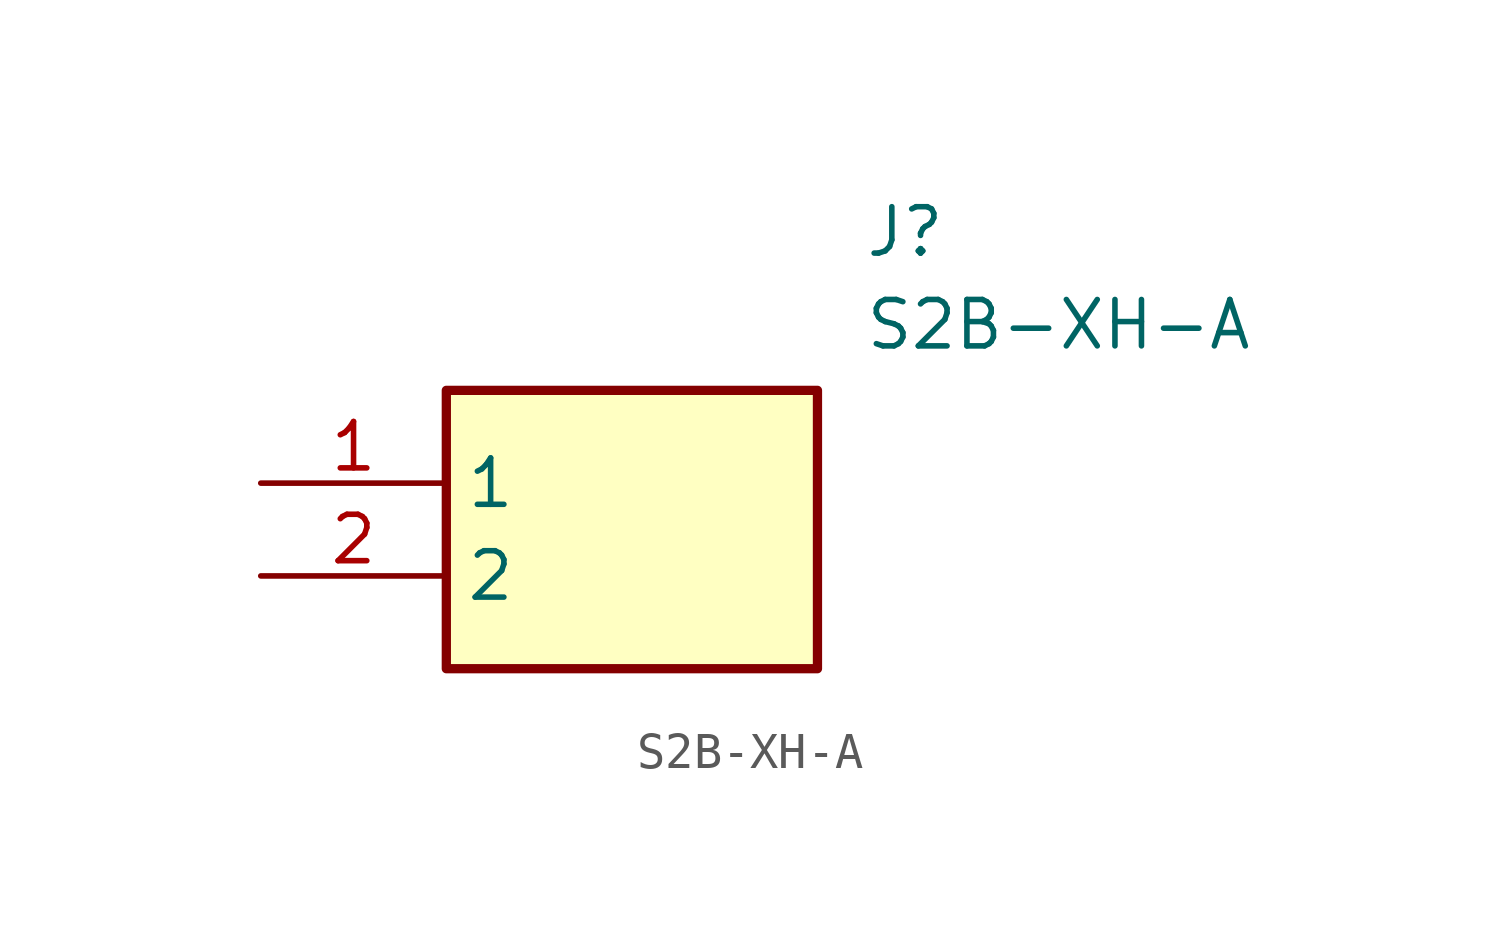
<source format=kicad_sym>
(kicad_symbol_lib
  (version 20211014)
  (generator SamacSys_ECAD_Model)
  (symbol "S2B-XH-A"
    (property "Reference" "J"
      (at 16.51 7.62 0)
      (effects (font (size 1.27 1.27)) (justify left top)))
    (property "Value" "S2B-XH-A"
      (at 16.51 5.08 0)
      (effects (font (size 1.27 1.27)) (justify left top)))
    (rectangle
      (start 5.08 2.54)
      (end 15.24 -5.08)
      (stroke (width 0.254) (type default))
      (fill (type background)))
    (pin passive line
      (at 0 0 0)
      (length 5.08)
      (name "1" (effects (font (size 1.27 1.27))))
      (number "1" (effects (font (size 1.27 1.27)))))
    (pin passive line
      (at 0 -2.54 0)
      (length 5.08)
      (name "2" (effects (font (size 1.27 1.27))))
      (number "2" (effects (font (size 1.27 1.27)))))))
</source>
